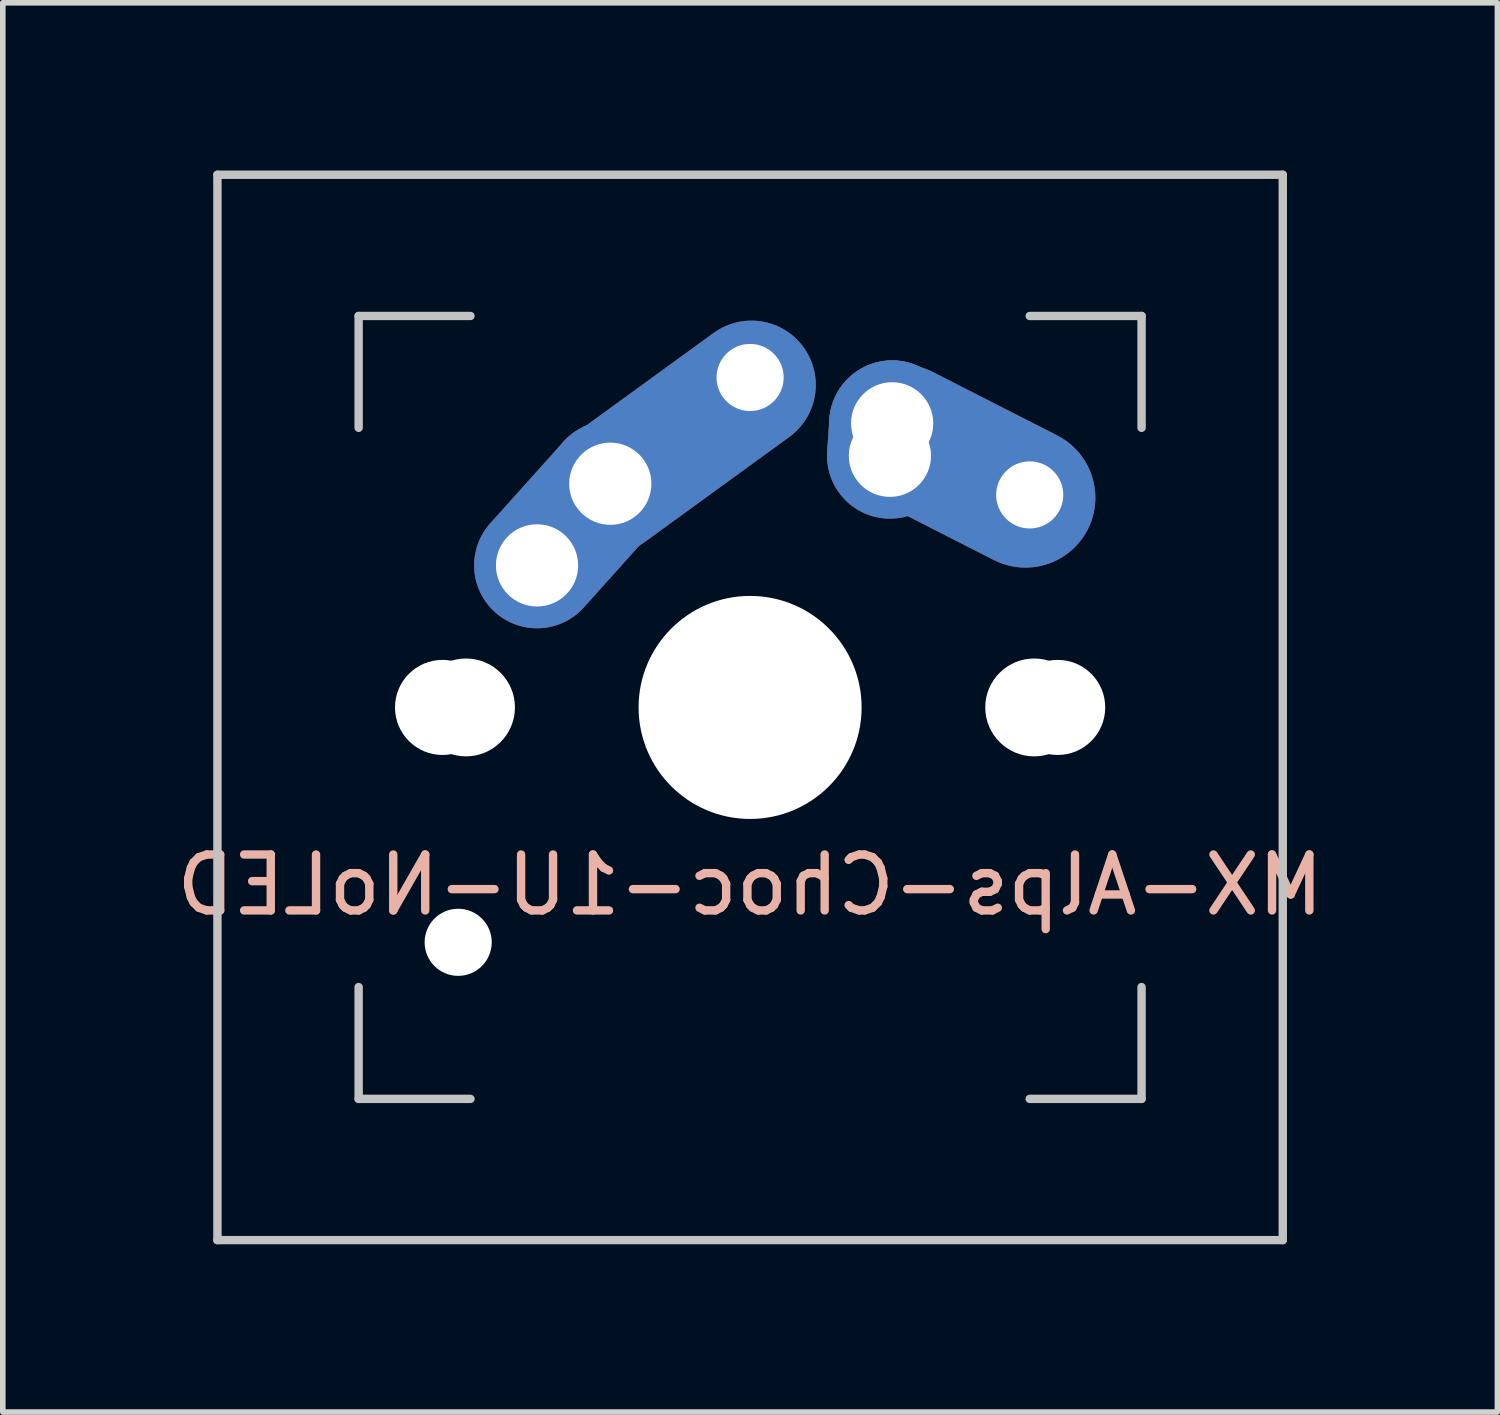
<source format=kicad_pcb>
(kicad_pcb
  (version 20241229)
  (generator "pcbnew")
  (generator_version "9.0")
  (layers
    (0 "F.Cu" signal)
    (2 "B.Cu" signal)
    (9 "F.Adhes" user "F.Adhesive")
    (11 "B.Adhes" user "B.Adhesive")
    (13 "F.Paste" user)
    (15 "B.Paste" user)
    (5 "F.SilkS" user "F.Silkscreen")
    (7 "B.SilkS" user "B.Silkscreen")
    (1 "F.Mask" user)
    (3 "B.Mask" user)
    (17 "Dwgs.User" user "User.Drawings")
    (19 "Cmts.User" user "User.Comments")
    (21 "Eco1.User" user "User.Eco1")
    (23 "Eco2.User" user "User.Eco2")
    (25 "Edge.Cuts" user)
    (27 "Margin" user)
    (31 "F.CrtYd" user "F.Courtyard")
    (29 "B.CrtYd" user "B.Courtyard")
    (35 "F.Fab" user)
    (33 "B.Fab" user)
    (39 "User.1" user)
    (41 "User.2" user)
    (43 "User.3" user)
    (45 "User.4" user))
  (footprint "MX-Alps-Choc-1U-NoLED"
    (layer "F.Cu")
    (at 10.363 9.6)
    (property "Reference" "MX-Alps-Choc-1U-NoLED" (at 0 3.175 0) (layer "B.SilkS") (effects (font (size 1 1) (thickness 0.15)) (justify mirror)))
    (attr through_hole)
    (fp_line (start -9.525 -9.525) (end 9.525 -9.525) (stroke (width 0.15) (type solid)) (layer "Dwgs.User"))
    (fp_line (start -9.525 9.525) (end -9.525 -9.525) (stroke (width 0.15) (type solid)) (layer "Dwgs.User"))
    (fp_line (start -7 -7) (end -7 -5) (stroke (width 0.15) (type solid)) (layer "Dwgs.User"))
    (fp_line (start -7 5) (end -7 7) (stroke (width 0.15) (type solid)) (layer "Dwgs.User"))
    (fp_line (start -7 7) (end -5 7) (stroke (width 0.15) (type solid)) (layer "Dwgs.User"))
    (fp_line (start -5 -7) (end -7 -7) (stroke (width 0.15) (type solid)) (layer "Dwgs.User"))
    (fp_line (start 5 -7) (end 7 -7) (stroke (width 0.15) (type solid)) (layer "Dwgs.User"))
    (fp_line (start 5 7) (end 7 7) (stroke (width 0.15) (type solid)) (layer "Dwgs.User"))
    (fp_line (start 7 -7) (end 7 -5) (stroke (width 0.15) (type solid)) (layer "Dwgs.User"))
    (fp_line (start 7 7) (end 7 5) (stroke (width 0.15) (type solid)) (layer "Dwgs.User"))
    (fp_line (start 9.525 -9.525) (end 9.525 9.525) (stroke (width 0.15) (type solid)) (layer "Dwgs.User"))
    (fp_line (start 9.525 9.525) (end -9.525 9.525) (stroke (width 0.15) (type solid)) (layer "Dwgs.User"))
    (pad "" np_thru_hole circle (at -5.5 0 48.1) (size 1.7 1.7) (drill 1.7) (layers "*.Cu" "*.Mask"))
    (pad "" np_thru_hole circle (at -5.22 4.2 48.1) (size 1.2 1.2) (drill 1.2) (layers "*.Cu" "*.Mask"))
    (pad "" np_thru_hole circle (at -5.08 0 48.1) (size 1.75 1.75) (drill 1.75) (layers "*.Cu" "*.Mask"))
    (pad "" np_thru_hole circle (at 0 0) (size 3.988 3.988) (drill 3.988) (layers "*.Cu" "*.Mask"))
    (pad "" np_thru_hole circle (at 5.08 0 48.1) (size 1.75 1.75) (drill 1.75) (layers "*.Cu" "*.Mask"))
    (pad "" np_thru_hole circle (at 5.5 0 48.1) (size 1.7 1.7) (drill 1.7) (layers "*.Cu" "*.Mask"))
    (pad "1" thru_hole oval (at 2.5 -4.5 86.1) (size 2.831 2.25) (drill 1.47 (offset 0.291 0)) (layers "*.Cu" "*.Mask"))
    (pad "1" thru_hole circle (at 2.54 -5.08) (size 2.25 2.25) (drill 1.47) (layers "*.Cu" "*.Mask"))
    (pad "1" connect oval (at 3.81 -4.318 333) (size 5 2.5) (layers "*.Mask" "F.Cu"))
    (pad "1" connect oval (at 3.81 -4.318 333) (size 5 2.5) (layers "*.Mask" "B.Cu"))
    (pad "1" thru_hole circle (at 5 -3.8) (size 2 2) (drill 1.2) (layers "*.Cu" "*.Mask"))
    (pad "2" thru_hole oval (at -3.81 -2.54 48.1) (size 4.212 2.25) (drill 1.47 (offset 0.981 0)) (layers "*.Cu" "*.Mask"))
    (pad "2" thru_hole circle (at -2.5 -4) (size 2.25 2.25) (drill 1.47) (layers "*.Cu" "*.Mask"))
    (pad "2" connect oval (at -1.27 -4.826 36) (size 5.5 2.3) (layers "*.Mask" "F.Cu"))
    (pad "2" connect oval (at -1.27 -4.826 36) (size 5.5 2.3) (layers "*.Mask" "B.Cu"))
    (pad "2" thru_hole circle (at 0 -5.9) (size 2 2) (drill 1.2) (layers "*.Cu" "*.Mask")))
  (gr_rect
    (start -3 -3)
    (end 23.726 22.2)
    (stroke (width 0.1) (type default))
    (fill no)
    (layer "Edge.Cuts")))
</source>
